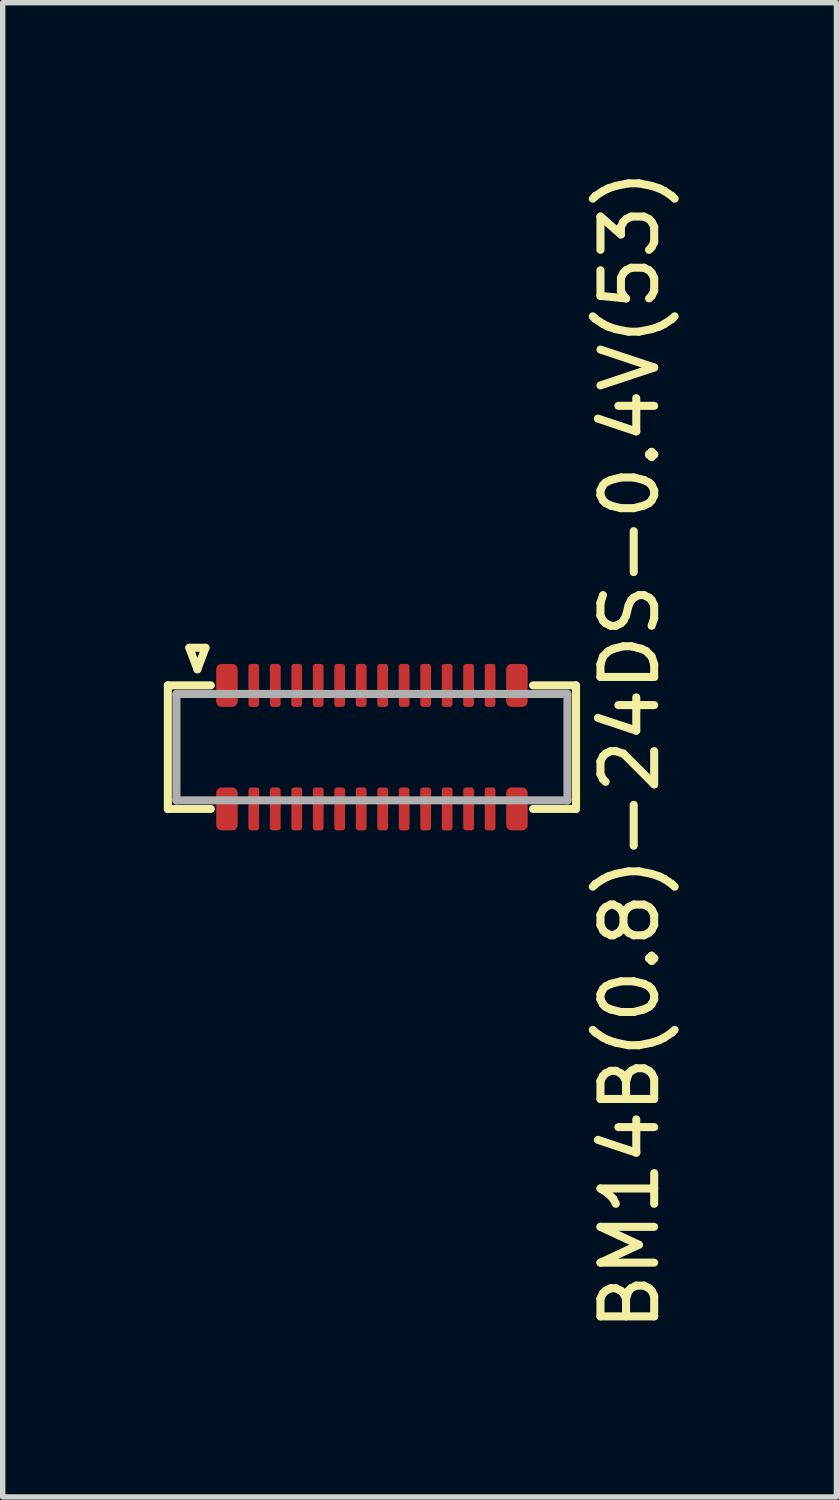
<source format=kicad_pcb>
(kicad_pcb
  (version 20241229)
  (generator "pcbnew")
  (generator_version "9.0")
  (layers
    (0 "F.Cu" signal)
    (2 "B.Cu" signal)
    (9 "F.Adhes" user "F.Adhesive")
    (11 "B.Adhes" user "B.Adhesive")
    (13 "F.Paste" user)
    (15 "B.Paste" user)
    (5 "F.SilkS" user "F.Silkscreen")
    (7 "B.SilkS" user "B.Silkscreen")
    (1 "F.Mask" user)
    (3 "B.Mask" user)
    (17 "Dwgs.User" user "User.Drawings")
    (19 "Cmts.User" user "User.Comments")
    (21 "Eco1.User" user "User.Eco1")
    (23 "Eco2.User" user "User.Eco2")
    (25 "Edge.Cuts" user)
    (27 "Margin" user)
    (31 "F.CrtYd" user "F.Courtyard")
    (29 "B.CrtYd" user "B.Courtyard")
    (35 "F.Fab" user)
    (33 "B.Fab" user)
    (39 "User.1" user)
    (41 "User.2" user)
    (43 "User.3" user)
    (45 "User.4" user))
  (footprint "BM14B(0.8)-24DS-0.4V(53)"
    (layer "F.Cu")
    (at 3.875 10.861)
    (property "Reference" "BM14B(0.8)-24DS-0.4V(53)" (at 4.8 0.05 90) (layer "F.SilkS") (effects (font (size 1 1) (thickness 0.15))))
    (attr smd)
    (fp_line (start -3.8 -1.15) (end -3 -1.15) (stroke (width 0.15) (type solid)) (layer "F.SilkS"))
    (fp_line (start -3.8 1.15) (end -3.8 -1.15) (stroke (width 0.15) (type solid)) (layer "F.SilkS"))
    (fp_line (start -3.4 -1.85) (end -3.1 -1.85) (stroke (width 0.15) (type solid)) (layer "F.SilkS"))
    (fp_line (start -3.25 -1.45) (end -3.4 -1.85) (stroke (width 0.15) (type solid)) (layer "F.SilkS"))
    (fp_line (start -3.1 -1.85) (end -3.25 -1.45) (stroke (width 0.15) (type solid)) (layer "F.SilkS"))
    (fp_line (start -3 1.15) (end -3.8 1.15) (stroke (width 0.15) (type solid)) (layer "F.SilkS"))
    (fp_line (start 3 -1.15) (end 3.8 -1.15) (stroke (width 0.15) (type solid)) (layer "F.SilkS"))
    (fp_line (start 3.8 -1.15) (end 3.8 1.15) (stroke (width 0.15) (type solid)) (layer "F.SilkS"))
    (fp_line (start 3.8 1.15) (end 3 1.15) (stroke (width 0.15) (type solid)) (layer "F.SilkS"))
    (fp_line (start -3.64 -0.99) (end 3.64 -0.99) (stroke (width 0.15) (type solid)) (layer "F.Fab"))
    (fp_line (start -3.64 0.99) (end -3.64 -0.99) (stroke (width 0.15) (type solid)) (layer "F.Fab"))
    (fp_line (start 3.64 -0.99) (end 3.64 0.99) (stroke (width 0.15) (type solid)) (layer "F.Fab"))
    (fp_line (start 3.64 0.99) (end -3.64 0.99) (stroke (width 0.15) (type solid)) (layer "F.Fab"))
    (pad "1" smd roundrect (at -2.7 -1.15) (size 0.4 0.8) (layers "F.Cu" "F.Mask" "F.Paste") (roundrect_rratio 0.25))
    (pad "2" smd roundrect (at -2.2 -1.15) (size 0.2 0.8) (layers "F.Cu" "F.Mask" "F.Paste") (roundrect_rratio 0.25))
    (pad "3" smd roundrect (at -1.8 -1.15) (size 0.2 0.8) (layers "F.Cu" "F.Mask" "F.Paste") (roundrect_rratio 0.25))
    (pad "4" smd roundrect (at -1.4 -1.15) (size 0.2 0.8) (layers "F.Cu" "F.Mask" "F.Paste") (roundrect_rratio 0.25))
    (pad "5" smd roundrect (at -1 -1.15) (size 0.2 0.8) (layers "F.Cu" "F.Mask" "F.Paste") (roundrect_rratio 0.25))
    (pad "6" smd roundrect (at -0.6 -1.15) (size 0.2 0.8) (layers "F.Cu" "F.Mask" "F.Paste") (roundrect_rratio 0.25))
    (pad "7" smd roundrect (at -0.2 -1.15) (size 0.2 0.8) (layers "F.Cu" "F.Mask" "F.Paste") (roundrect_rratio 0.25))
    (pad "8" smd roundrect (at 0.2 -1.15) (size 0.2 0.8) (layers "F.Cu" "F.Mask" "F.Paste") (roundrect_rratio 0.25))
    (pad "9" smd roundrect (at 0.6 -1.15) (size 0.2 0.8) (layers "F.Cu" "F.Mask" "F.Paste") (roundrect_rratio 0.25))
    (pad "10" smd roundrect (at 1 -1.15) (size 0.2 0.8) (layers "F.Cu" "F.Mask" "F.Paste") (roundrect_rratio 0.25))
    (pad "11" smd roundrect (at 1.4 -1.15) (size 0.2 0.8) (layers "F.Cu" "F.Mask" "F.Paste") (roundrect_rratio 0.25))
    (pad "12" smd roundrect (at 1.8 -1.15) (size 0.2 0.8) (layers "F.Cu" "F.Mask" "F.Paste") (roundrect_rratio 0.25))
    (pad "13" smd roundrect (at 2.2 -1.15) (size 0.2 0.8) (layers "F.Cu" "F.Mask" "F.Paste") (roundrect_rratio 0.25))
    (pad "14" smd roundrect (at 2.7 -1.15) (size 0.4 0.8) (layers "F.Cu" "F.Mask" "F.Paste") (roundrect_rratio 0.25))
    (pad "15" smd roundrect (at 2.7 1.15) (size 0.4 0.8) (layers "F.Cu" "F.Mask" "F.Paste") (roundrect_rratio 0.25))
    (pad "16" smd roundrect (at 2.2 1.15) (size 0.2 0.8) (layers "F.Cu" "F.Mask" "F.Paste") (roundrect_rratio 0.25))
    (pad "17" smd roundrect (at 1.8 1.15) (size 0.2 0.8) (layers "F.Cu" "F.Mask" "F.Paste") (roundrect_rratio 0.25))
    (pad "18" smd roundrect (at 1.4 1.15) (size 0.2 0.8) (layers "F.Cu" "F.Mask" "F.Paste") (roundrect_rratio 0.25))
    (pad "19" smd roundrect (at 1 1.15) (size 0.2 0.8) (layers "F.Cu" "F.Mask" "F.Paste") (roundrect_rratio 0.25))
    (pad "20" smd roundrect (at 0.6 1.15) (size 0.2 0.8) (layers "F.Cu" "F.Mask" "F.Paste") (roundrect_rratio 0.25))
    (pad "21" smd roundrect (at 0.2 1.15) (size 0.2 0.8) (layers "F.Cu" "F.Mask" "F.Paste") (roundrect_rratio 0.25))
    (pad "22" smd roundrect (at -0.2 1.15) (size 0.2 0.8) (layers "F.Cu" "F.Mask" "F.Paste") (roundrect_rratio 0.25))
    (pad "23" smd roundrect (at -0.6 1.15) (size 0.2 0.8) (layers "F.Cu" "F.Mask" "F.Paste") (roundrect_rratio 0.25))
    (pad "24" smd roundrect (at -1 1.15) (size 0.2 0.8) (layers "F.Cu" "F.Mask" "F.Paste") (roundrect_rratio 0.25))
    (pad "25" smd roundrect (at -1.4 1.15) (size 0.2 0.8) (layers "F.Cu" "F.Mask" "F.Paste") (roundrect_rratio 0.25))
    (pad "26" smd roundrect (at -1.8 1.15) (size 0.2 0.8) (layers "F.Cu" "F.Mask" "F.Paste") (roundrect_rratio 0.25))
    (pad "27" smd roundrect (at -2.2 1.15) (size 0.2 0.8) (layers "F.Cu" "F.Mask" "F.Paste") (roundrect_rratio 0.25))
    (pad "28" smd roundrect (at -2.7 1.15) (size 0.4 0.8) (layers "F.Cu" "F.Mask" "F.Paste") (roundrect_rratio 0.25)))
  (gr_rect
    (start -3 -3)
    (end 12.523 24.821)
    (stroke (width 0.1) (type default))
    (fill no)
    (layer "Edge.Cuts")))
</source>
